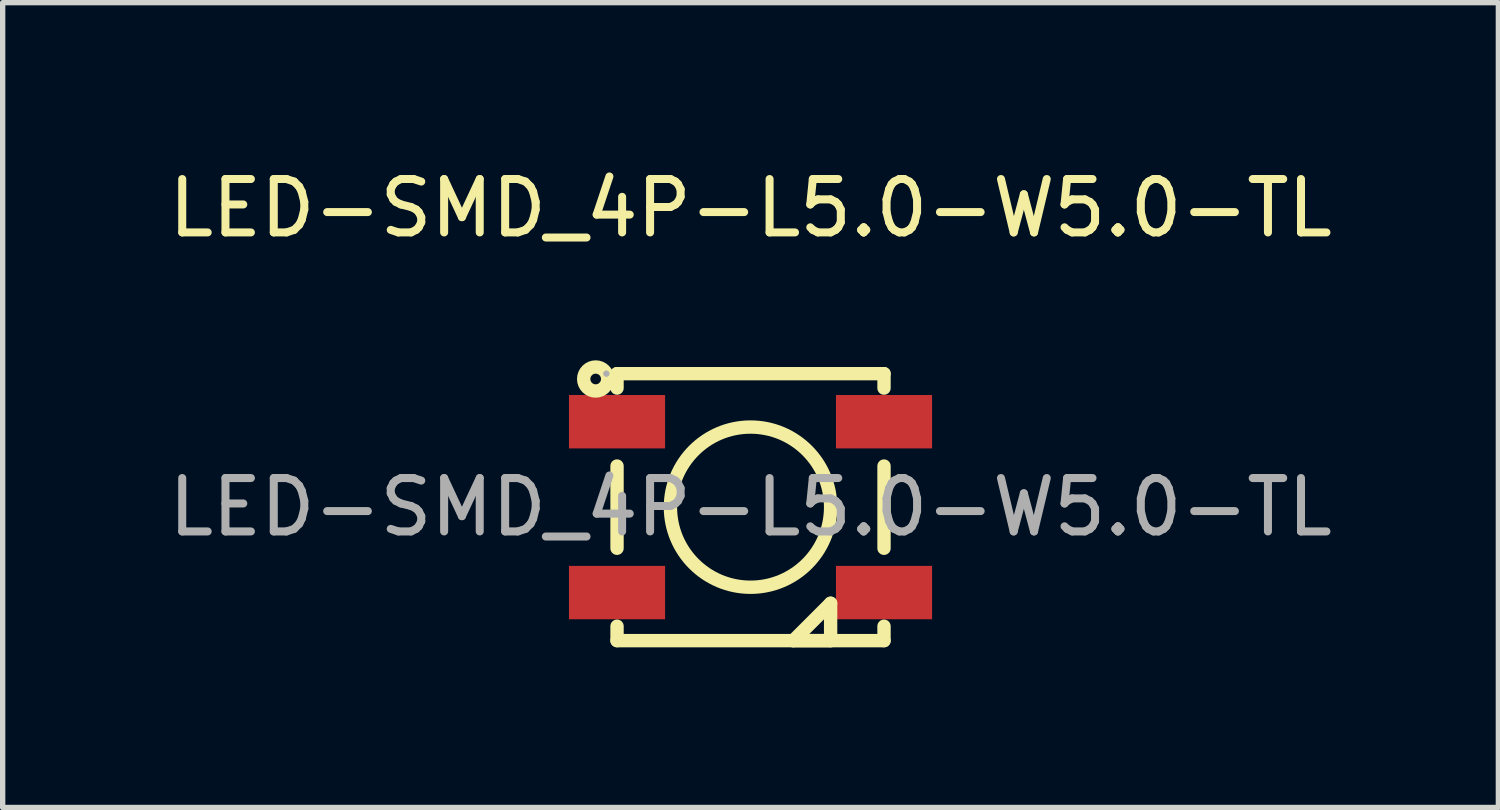
<source format=kicad_pcb>
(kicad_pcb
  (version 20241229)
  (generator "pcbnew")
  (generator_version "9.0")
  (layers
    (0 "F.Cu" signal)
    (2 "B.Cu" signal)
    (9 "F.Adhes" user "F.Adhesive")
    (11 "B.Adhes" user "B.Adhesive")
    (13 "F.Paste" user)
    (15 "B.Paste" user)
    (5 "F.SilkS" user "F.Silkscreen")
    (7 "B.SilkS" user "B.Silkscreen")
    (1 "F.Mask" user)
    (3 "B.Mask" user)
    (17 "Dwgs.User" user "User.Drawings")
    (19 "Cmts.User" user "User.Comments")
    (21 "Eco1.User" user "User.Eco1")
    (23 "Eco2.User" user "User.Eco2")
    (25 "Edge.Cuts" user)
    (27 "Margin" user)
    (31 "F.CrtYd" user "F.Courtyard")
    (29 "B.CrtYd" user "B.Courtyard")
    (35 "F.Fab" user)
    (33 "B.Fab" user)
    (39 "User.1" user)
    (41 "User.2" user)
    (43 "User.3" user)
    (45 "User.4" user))
  (footprint "LED-SMD_4P-L5.0-W5.0-TL"
    (layer "F.Cu")
    (at 11.006 6.448)
    (property "Reference" "LED-SMD_4P-L5.0-W5.0-TL" (at 0 -5.6 0) (layer "F.SilkS") (effects (font (size 1 1) (thickness 0.15))))
    (attr smd)
    (fp_line (start -2.5 -2.5) (end 2.5 -2.5) (stroke (width 0.25) (type solid)) (layer "F.SilkS"))
    (fp_line (start -2.5 -2.23) (end -2.5 -2.5) (stroke (width 0.25) (type solid)) (layer "F.SilkS"))
    (fp_line (start -2.5 0.77) (end -2.5 -0.77) (stroke (width 0.25) (type solid)) (layer "F.SilkS"))
    (fp_line (start -2.5 2.5) (end -2.5 2.23) (stroke (width 0.25) (type solid)) (layer "F.SilkS"))
    (fp_line (start 0.8 2.5) (end 1.5 1.8) (stroke (width 0.25) (type solid)) (layer "F.SilkS"))
    (fp_line (start 1.5 1.8) (end 1.5 2.5) (stroke (width 0.25) (type solid)) (layer "F.SilkS"))
    (fp_line (start 1.5 2.5) (end 0.8 2.5) (stroke (width 0.25) (type solid)) (layer "F.SilkS"))
    (fp_line (start 2.5 -2.5) (end 2.5 -2.23) (stroke (width 0.25) (type solid)) (layer "F.SilkS"))
    (fp_line (start 2.5 -0.77) (end 2.5 0.77) (stroke (width 0.25) (type solid)) (layer "F.SilkS"))
    (fp_line (start 2.5 2.23) (end 2.5 2.5) (stroke (width 0.25) (type solid)) (layer "F.SilkS"))
    (fp_line (start 2.5 2.5) (end -2.5 2.5) (stroke (width 0.25) (type solid)) (layer "F.SilkS"))
    (fp_circle (center -2.9 -2.4) (end -2.8 -2.4) (stroke (width 0.25) (type solid)) (fill no) (layer "F.SilkS"))
    (fp_circle (center 0 0) (end 1.5 0) (stroke (width 0.25) (type solid)) (fill no) (layer "F.SilkS"))
    (fp_circle (center -2.7 -2.5) (end -2.67 -2.5) (stroke (width 0.06) (type solid)) (fill no) (layer "F.Fab"))
    (fp_text user "${REFERENCE}" (at 0 0 0) (layer "F.Fab") (effects (font (size 1 1) (thickness 0.15))))
    (pad "1" smd rect (at -2.5 -1.6 180) (size 1.8 1) (layers "F.Cu" "F.Mask" "F.Paste"))
    (pad "2" smd rect (at -2.5 1.6 180) (size 1.8 1) (layers "F.Cu" "F.Mask" "F.Paste"))
    (pad "3" smd rect (at 2.5 1.6 180) (size 1.8 1) (layers "F.Cu" "F.Mask" "F.Paste"))
    (pad "4" smd rect (at 2.5 -1.6 180) (size 1.8 1) (layers "F.Cu" "F.Mask" "F.Paste")))
  (gr_rect
    (start -3 -3)
    (end 25.012 12.073)
    (stroke (width 0.1) (type default))
    (fill no)
    (layer "Edge.Cuts")))
</source>
